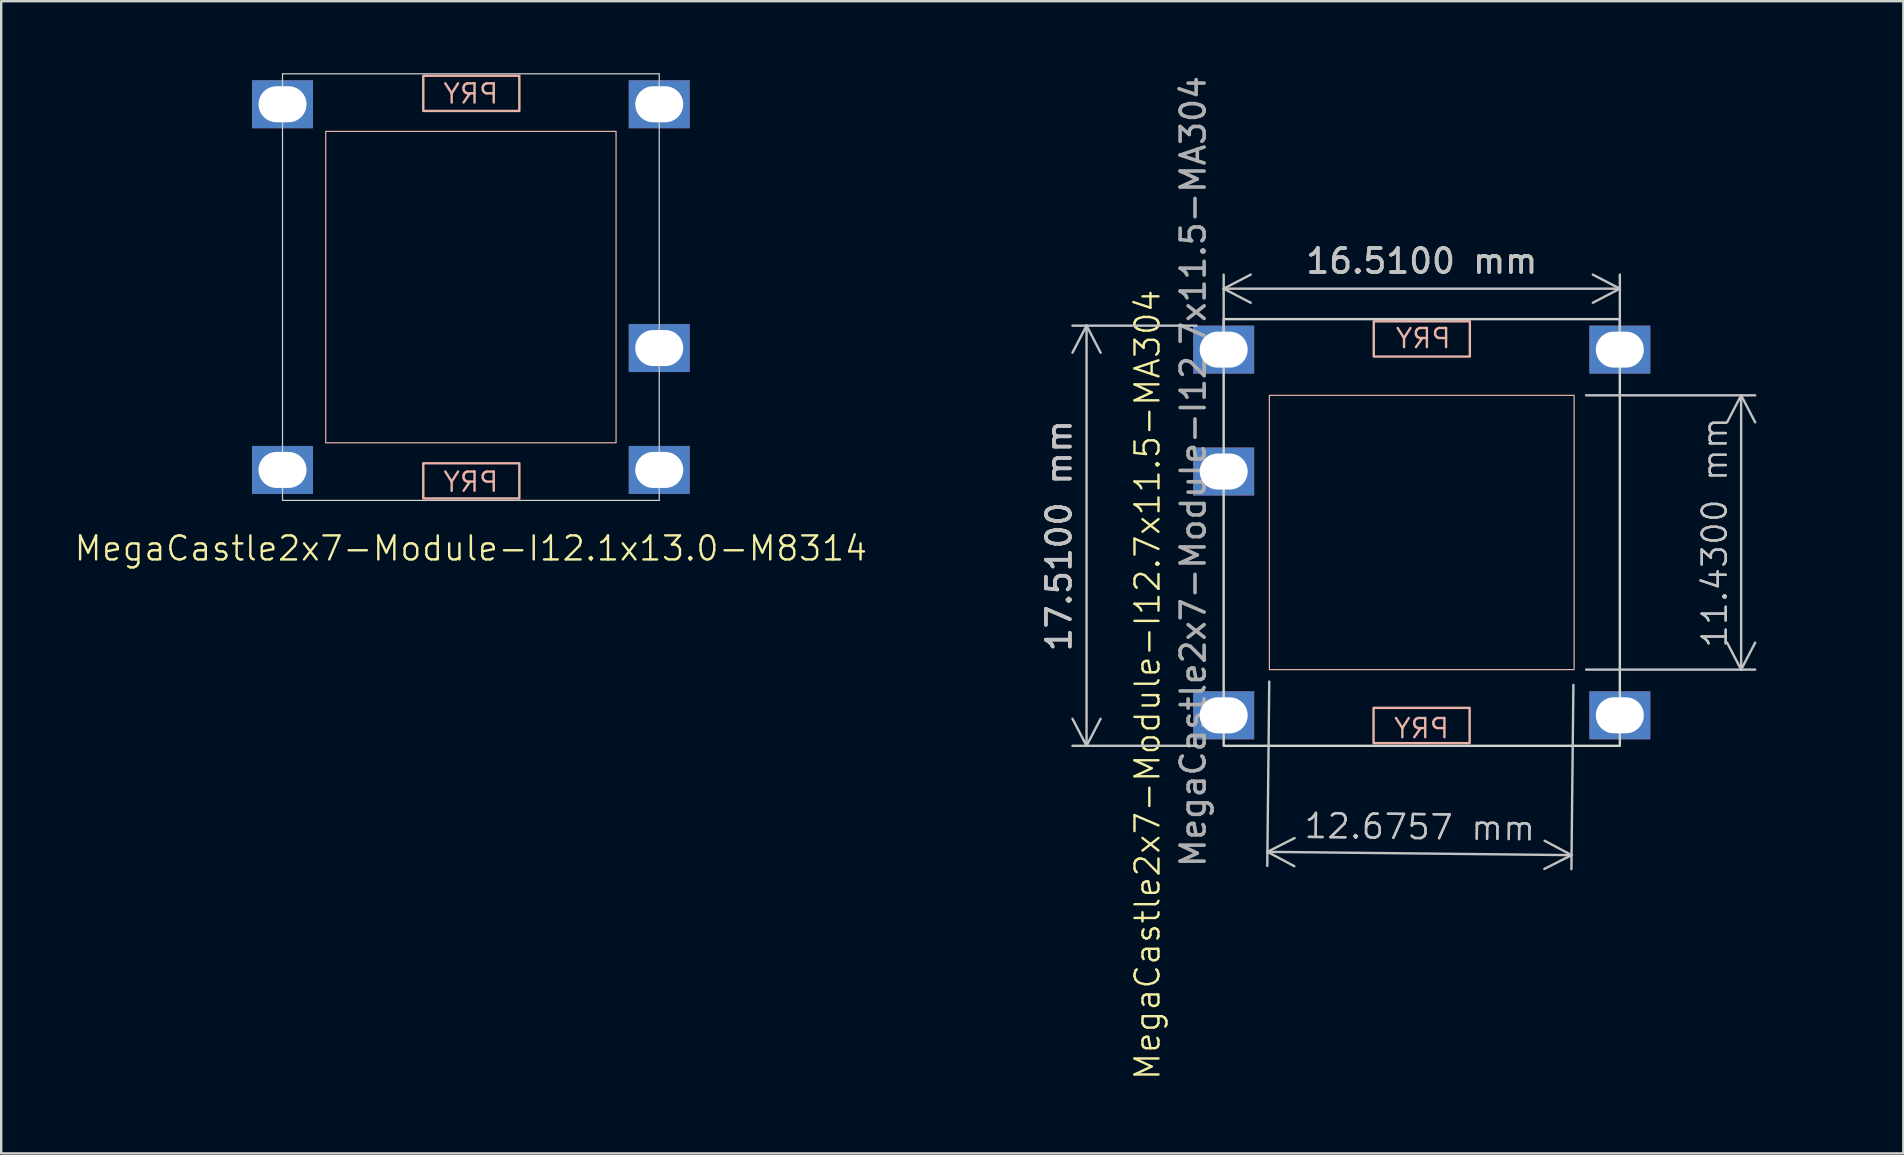
<source format=kicad_pcb>
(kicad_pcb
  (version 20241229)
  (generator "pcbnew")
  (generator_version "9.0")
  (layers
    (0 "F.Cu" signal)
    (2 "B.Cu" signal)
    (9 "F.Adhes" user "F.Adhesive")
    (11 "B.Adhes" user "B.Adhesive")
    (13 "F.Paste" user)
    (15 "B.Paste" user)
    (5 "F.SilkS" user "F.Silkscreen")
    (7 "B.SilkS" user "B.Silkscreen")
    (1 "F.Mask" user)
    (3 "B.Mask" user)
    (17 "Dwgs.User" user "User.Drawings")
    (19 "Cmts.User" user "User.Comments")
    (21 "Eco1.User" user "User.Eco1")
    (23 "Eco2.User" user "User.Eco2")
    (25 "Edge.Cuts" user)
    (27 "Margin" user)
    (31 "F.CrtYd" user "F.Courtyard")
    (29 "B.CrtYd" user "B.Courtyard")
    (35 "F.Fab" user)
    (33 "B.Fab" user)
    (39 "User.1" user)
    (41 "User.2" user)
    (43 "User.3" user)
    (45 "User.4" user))
  (footprint "MegaCastle2x7-Module-I12.1x13.0-M8314"
    (layer "F.Cu")
    (at 16.574 8.915)
    (property "Reference" "MegaCastle2x7-Module-I12.1x13.0-M8314" (at 0 10.89 0) (unlocked yes) (layer "F.SilkS") (effects (font (size 1 1) (thickness 0.1))))
    (attr smd)
    (fp_rect (start -6.05 6.49) (end 6.05 -6.49) (stroke (width 0.05) (type default)) (fill no) (layer "B.SilkS"))
    (fp_rect (start -1.984 -7.341) (end 2.02 -8.81) (stroke (width 0.1) (type default)) (fill no) (layer "B.SilkS"))
    (fp_rect (start -1.984 7.341) (end 2.02 8.81) (stroke (width 0.1) (type default)) (fill no) (layer "B.SilkS"))
    (fp_line (start -7.85 -8.89) (end -7.85 8.89) (stroke (width 0.05) (type default)) (layer "Edge.Cuts"))
    (fp_line (start -7.85 -8.89) (end 7.85 -8.89) (stroke (width 0.05) (type default)) (layer "Edge.Cuts"))
    (fp_line (start -7.85 8.89) (end 7.85 8.89) (stroke (width 0.05) (type default)) (layer "Edge.Cuts"))
    (fp_line (start 7.85 -8.89) (end 7.85 8.89) (stroke (width 0.05) (type default)) (layer "Edge.Cuts"))
    (fp_text user "PRY" (at 0 8.59 0) (unlocked yes) (layer "B.SilkS") (effects (font (size 0.8 0.8) (thickness 0.1)) (justify bottom mirror)))
    (fp_text user "PRY" (at 0 -7.59 0) (unlocked yes) (layer "B.SilkS") (effects (font (size 0.8 0.8) (thickness 0.1)) (justify bottom mirror)))
    (pad "1" thru_hole rect (at -7.85 -7.62) (size 2.54 2) (drill oval 2 1.5) (property pad_prop_castellated) (layers "*.Cu" "*.Mask"))
    (pad "7" thru_hole rect (at -7.85 7.62) (size 2.54 2) (drill oval 2 1.5) (property pad_prop_castellated) (layers "*.Cu" "*.Mask"))
    (pad "8" thru_hole rect (at 7.85 -7.62) (size 2.54 2) (drill oval 2 1.5) (property pad_prop_castellated) (layers "*.Cu" "*.Mask"))
    (pad "12" thru_hole rect (at 7.85 2.54) (size 2.54 2) (drill oval 2 1.5) (property pad_prop_castellated) (layers "*.Cu" "*.Mask"))
    (pad "14" thru_hole rect (at 7.85 7.62) (size 2.54 2) (drill oval 2 1.5) (property pad_prop_castellated) (layers "*.Cu" "*.Mask"))
    (zone (net_name "") (layer "B.Cu") (hatch edge 0.5) (connect_pads) (min_thickness 0.25) (filled_areas_thickness no) (keepout (tracks allowed) (vias allowed) (pads allowed) (copperpour allowed) (footprints not_allowed)) (placement (enabled no)) (fill) (polygon (pts (xy 8.724 17.805) (xy 8.724 0.025) (xy 10.524 0.025) (xy 10.524 17.805))))
    (zone (net_name "") (layer "B.Cu") (hatch edge 0.5) (connect_pads) (min_thickness 0.25) (filled_areas_thickness no) (keepout (tracks allowed) (vias allowed) (pads allowed) (copperpour allowed) (footprints not_allowed)) (placement (enabled no)) (fill) (polygon (pts (xy 10.524 0.025) (xy 10.524 2.425) (xy 22.624 2.425) (xy 22.624 0.025))))
    (zone (net_name "") (layer "B.Cu") (hatch edge 0.5) (connect_pads) (min_thickness 0.25) (filled_areas_thickness no) (keepout (tracks allowed) (vias allowed) (pads allowed) (copperpour allowed) (footprints not_allowed)) (placement (enabled no)) (fill) (polygon (pts (xy 10.524 17.805) (xy 10.524 15.405) (xy 22.624 15.405) (xy 22.624 17.805))))
    (zone (net_name "") (layer "B.Cu") (name "Upper Pry Zone") (hatch edge 0.5) (connect_pads) (min_thickness 0.25) (filled_areas_thickness no) (keepout (tracks not_allowed) (vias not_allowed) (pads not_allowed) (copperpour allowed) (footprints not_allowed)) (placement (enabled no)) (fill) (polygon (pts (xy 14.59 1.574) (xy 14.59 0.105) (xy 18.593 0.105) (xy 18.593 1.574))))
    (zone (net_name "") (layer "B.Cu") (name "Upper Pry Zone") (hatch edge 0.5) (connect_pads) (min_thickness 0.25) (filled_areas_thickness no) (keepout (tracks not_allowed) (vias not_allowed) (pads not_allowed) (copperpour allowed) (footprints not_allowed)) (placement (enabled no)) (fill) (polygon (pts (xy 14.59 16.256) (xy 14.59 17.725) (xy 18.593 17.725) (xy 18.593 16.256))))
    (zone (net_name "") (layer "B.Cu") (hatch edge 0.5) (connect_pads) (min_thickness 0.25) (filled_areas_thickness no) (keepout (tracks allowed) (vias allowed) (pads allowed) (copperpour allowed) (footprints not_allowed)) (placement (enabled no)) (fill) (polygon (pts (xy 24.424 17.805) (xy 24.424 0.025) (xy 22.624 0.025) (xy 22.624 17.805)))))
  (footprint "MegaCastle2x7-Module-I12.7x11.5-MA304"
    (layer "F.Cu")
    (at 56.202 22.951)
    (property "Reference" "MegaCastle2x7-Module-I12.7x11.5-MA304" (at -11.43 2.54 90) (unlocked yes) (layer "F.SilkS") (effects (font (size 1 1) (thickness 0.1))))
    (attr smd)
    (fp_rect (start -6.35 1.905) (end 6.35 -9.525) (stroke (width 0.05) (type default)) (fill no) (layer "B.SilkS"))
    (fp_rect (start -2.009 3.5) (end 1.995 4.969) (stroke (width 0.1) (type default)) (fill no) (layer "B.SilkS"))
    (fp_rect (start -2 -12.609) (end 2.004 -11.141) (stroke (width 0.1) (type default)) (fill no) (layer "B.SilkS"))
    (fp_rect (start -8.255 -12.7) (end 8.255 5.08) (stroke (width 0.1) (type default)) (fill no) (layer "Edge.Cuts"))
    (fp_text user "PRY" (at 1.2 4.825 0) (unlocked yes) (layer "B.SilkS") (effects (font (size 0.8 0.8) (thickness 0.1)) (justify left bottom mirror)))
    (fp_text user "PRY" (at 1.27 -11.43 0) (unlocked yes) (layer "B.SilkS") (effects (font (size 0.8 0.8) (thickness 0.1)) (justify left bottom mirror)))
    (fp_text user "${REFERENCE}" (at -9.525 -6.35 90) (unlocked yes) (layer "F.Fab") (effects (font (size 1 1) (thickness 0.15))))
    (dimension (type aligned) (layer "Dwgs.User") (pts (xy 47.312 10.521) (xy 47.312 28.031)) (height 5.08) (format (prefix "") (suffix "") (units 3) (units_format 1) (precision 4)) (style (thickness 0.1) (arrow_length 1.27) (text_position_mode 0) (arrow_direction outward) (extension_height 0.586) (extension_offset 0.5) (keep_text_aligned yes)) (gr_text "17.5100 mm" (at 41.082 19.276 90) (layer "Dwgs.User") (effects (font (size 1 1) (thickness 0.15)))))
    (dimension (type aligned) (layer "Dwgs.User") (pts (xy 47.947 11.521) (xy 64.457 11.521)) (height -2.54) (format (prefix "") (suffix "") (units 3) (units_format 1) (precision 4)) (style (thickness 0.1) (arrow_length 1.27) (text_position_mode 0) (arrow_direction outward) (extension_height 0.586) (extension_offset 0.5) (keep_text_aligned yes)) (gr_text "16.5100 mm" (at 56.202 7.831 0) (layer "Dwgs.User") (effects (font (size 1 1) (thickness 0.15)))))
    (dimension (type aligned) (layer "Dwgs.User") (pts (xy 49.852 24.856) (xy 62.527 24.993)) (height 7.595) (format (prefix "") (suffix "") (units 3) (units_format 1) (precision 4)) (style (thickness 0.1) (arrow_length 1.27) (text_position_mode 0) (arrow_direction outward) (extension_height 0.586) (extension_offset 0.5) (keep_text_aligned yes)) (gr_text "12.6757 mm" (at 56.12 31.419 359.382) (layer "Dwgs.User") (effects (font (size 1 1) (thickness 0.1)))))
    (dimension (type aligned) (layer "Dwgs.User") (pts (xy 62.552 24.856) (xy 62.552 13.426)) (height 6.96) (format (prefix "") (suffix "") (units 3) (units_format 1) (precision 4)) (style (thickness 0.1) (arrow_length 1.27) (text_position_mode 0) (arrow_direction outward) (extension_height 0.586) (extension_offset 0.5) (keep_text_aligned yes)) (gr_text "11.4300 mm" (at 68.412 19.141 90) (layer "Dwgs.User") (effects (font (size 1 1) (thickness 0.1)))))
    (pad "1" thru_hole rect (at -8.255 -11.43) (size 2.54 2) (drill oval 2 1.5) (property pad_prop_castellated) (layers "*.Cu" "*.Mask"))
    (pad "3" thru_hole rect (at -8.255 -6.35) (size 2.54 2) (drill oval 2 1.5) (property pad_prop_castellated) (layers "*.Cu" "*.Mask"))
    (pad "7" thru_hole rect (at -8.255 3.81) (size 2.54 2) (drill oval 2 1.5) (property pad_prop_castellated) (layers "*.Cu" "*.Mask"))
    (pad "8" thru_hole rect (at 8.255 -11.43) (size 2.54 2) (drill oval 2 1.5) (property pad_prop_castellated) (layers "*.Cu" "*.Mask"))
    (pad "14" thru_hole rect (at 8.255 3.81) (size 2.54 2) (drill oval 2 1.5) (property pad_prop_castellated) (layers "*.Cu" "*.Mask"))
    (zone (net_name "") (layer "B.Cu") (hatch edge 0.5) (connect_pads) (min_thickness 0.25) (filled_areas_thickness no) (keepout (tracks allowed) (vias allowed) (pads allowed) (copperpour allowed) (footprints not_allowed)) (placement (enabled no)) (fill) (polygon (pts (xy 46.042 28.031) (xy 46.042 10.251) (xy 49.852 10.251) (xy 49.827 28.031))))
    (zone (net_name "") (layer "B.Cu") (name "Lower Pry Zone") (hatch edge 0.5) (connect_pads) (min_thickness 0.25) (filled_areas_thickness no) (keepout (tracks not_allowed) (vias not_allowed) (pads not_allowed) (copperpour allowed) (footprints not_allowed)) (placement (enabled no)) (fill) (polygon (pts (xy 54.186 27.969) (xy 54.183 26.506) (xy 58.189 26.511) (xy 58.176 27.972))))
    (zone (net_name "") (layer "B.Cu") (name "Upper Pry Zone") (hatch edge 0.5) (connect_pads) (min_thickness 0.25) (filled_areas_thickness no) (keepout (tracks not_allowed) (vias not_allowed) (pads not_allowed) (copperpour allowed) (footprints not_allowed)) (placement (enabled no)) (fill) (polygon (pts (xy 54.204 11.709) (xy 54.201 10.246) (xy 58.207 10.252) (xy 58.194 11.712))))
    (zone (net_name "") (layer "B.Cu") (hatch edge 0.5) (connect_pads) (min_thickness 0.25) (filled_areas_thickness no) (keepout (tracks allowed) (vias allowed) (pads allowed) (copperpour allowed) (footprints not_allowed)) (placement (enabled no)) (fill) (polygon (pts (xy 66.362 28.031) (xy 66.362 10.251) (xy 62.552 10.251) (xy 62.527 28.031))))
    (zone (net_name "") (layer "B.Cu") (hatch edge 0.5) (connect_pads) (min_thickness 0.25) (filled_areas_thickness no) (keepout (tracks allowed) (vias allowed) (pads allowed) (copperpour allowed) (footprints not_allowed)) (placement (enabled no)) (fill) (polygon (pts (xy 49.827 28.031) (xy 49.827 25.013) (xy 62.527 24.993) (xy 62.527 28.031) (xy 58.185 27.963) (xy 58.173 26.502) (xy 54.183 26.506) (xy 54.179 27.969))))
    (zone (net_name "") (layer "B.Cu") (hatch edge 0.5) (connect_pads) (min_thickness 0.25) (filled_areas_thickness no) (keepout (tracks allowed) (vias allowed) (pads allowed) (copperpour allowed) (footprints not_allowed)) (placement (enabled no)) (fill) (polygon (pts (xy 49.852 10.251) (xy 49.852 13.201) (xy 62.552 13.222) (xy 62.552 10.251) (xy 58.207 10.252) (xy 58.194 11.712) (xy 54.204 11.709) (xy 54.201 10.246)))))
  (gr_rect
    (start -3 -3)
    (end 76.272 45.017)
    (stroke (width 0.1) (type default))
    (fill no)
    (layer "Edge.Cuts")))
</source>
